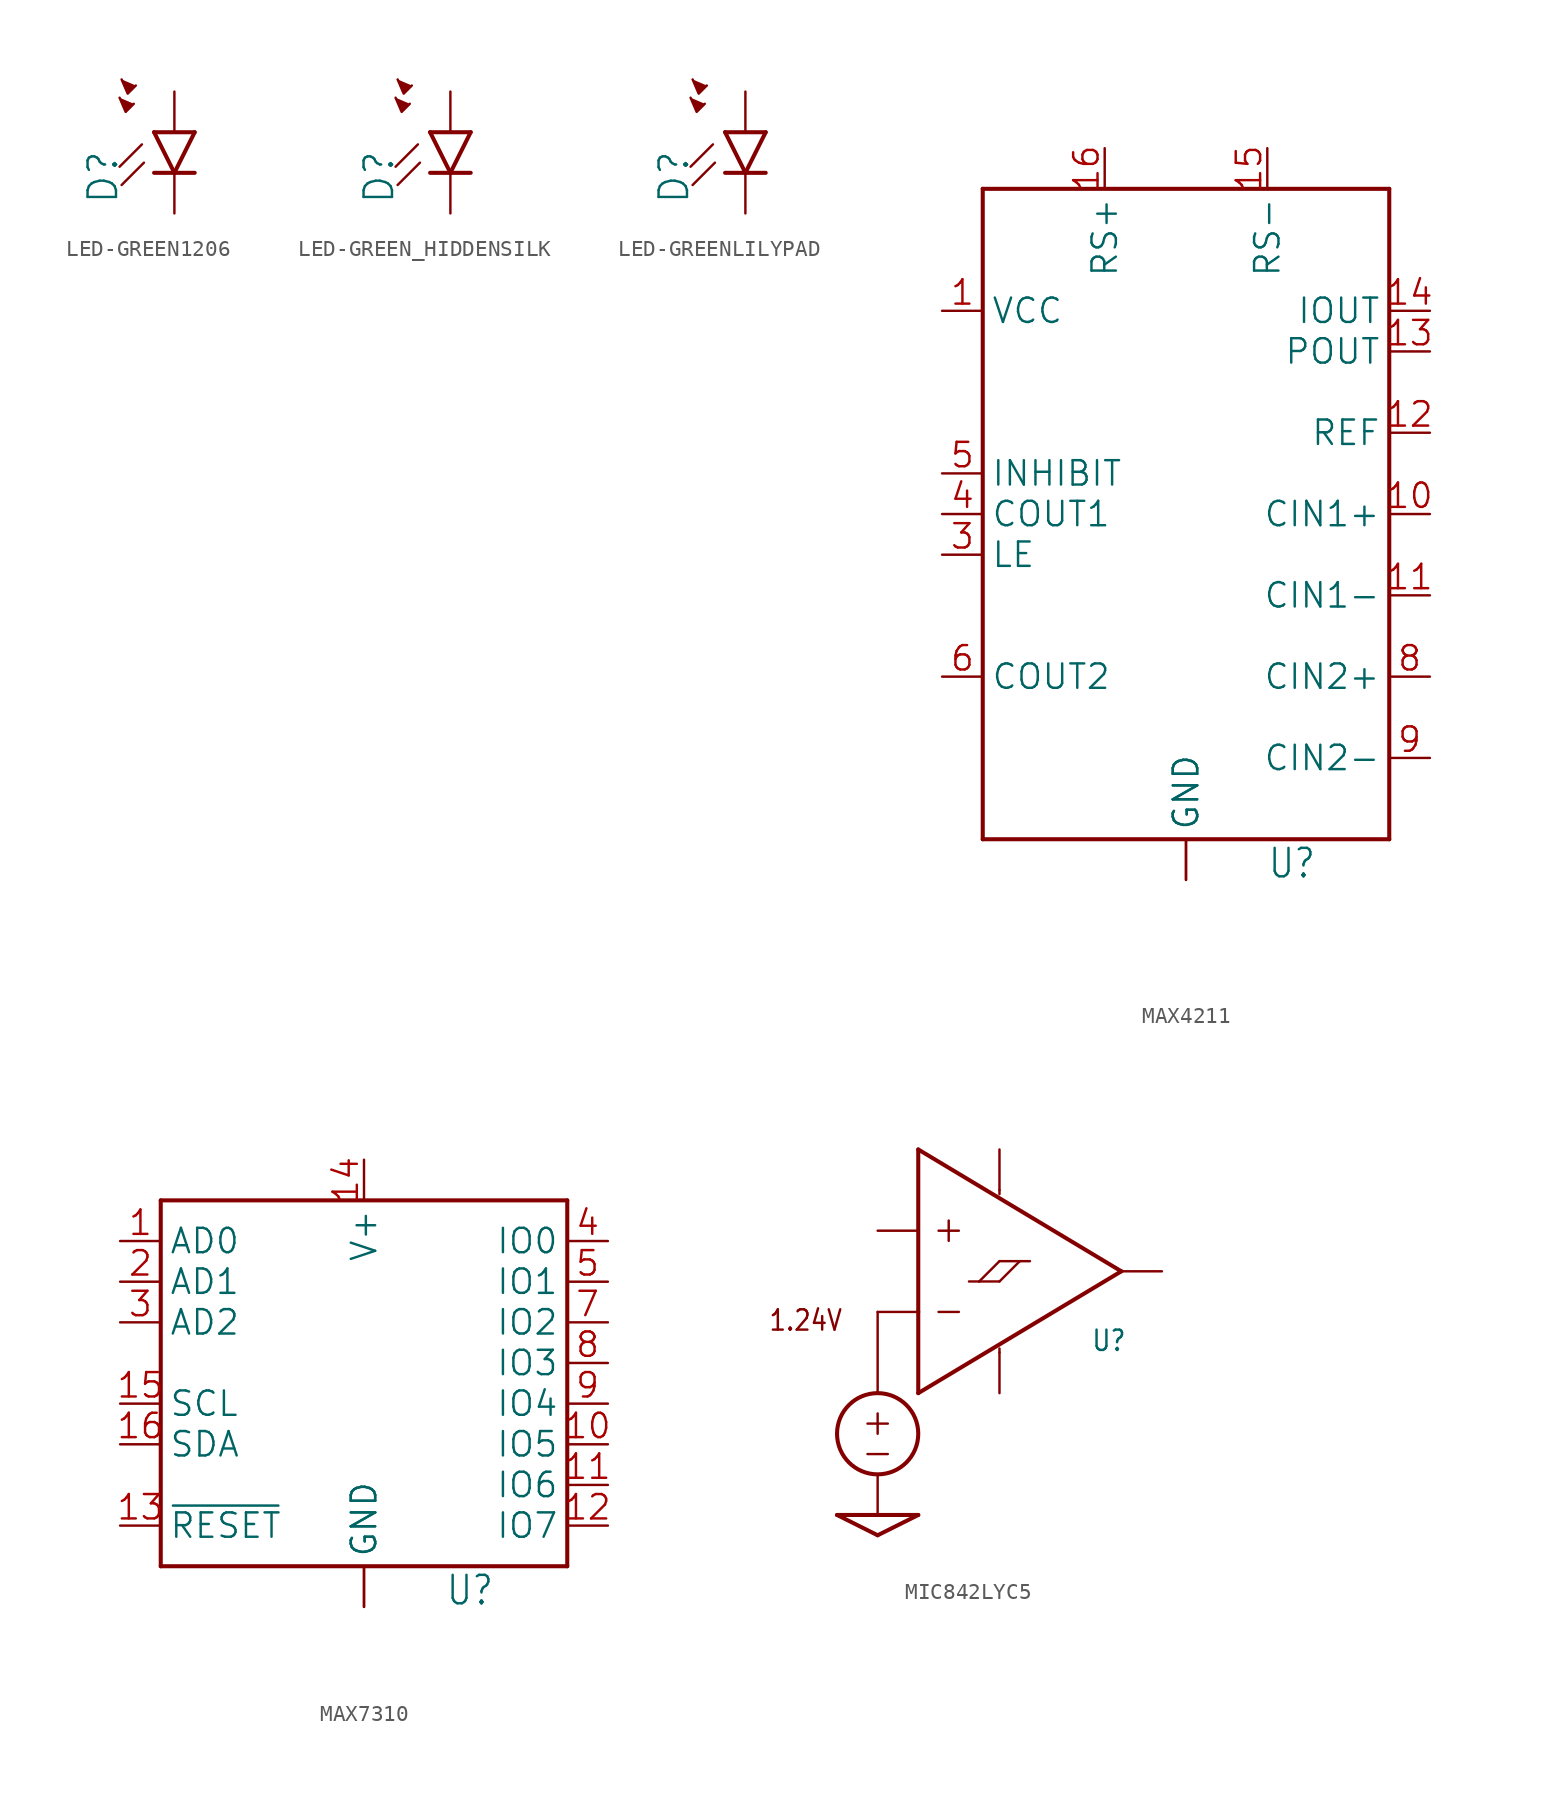
<source format=kicad_sym>
(kicad_symbol_lib
  (version 20241209)
  (generator "kicad_symbol_editor")
  (generator_version "9.0")
  (symbol "LED-GREEN1206"
    (property "Reference" "D"
      (at -3.429 -4.572 90)
      (effects (font (size 1.778 1.778)) (justify left bottom)))
    (property "Value" ""
      (at 1.905 -4.572 90)
      (effects (font (size 1.778 1.778)) (justify left top)))
    (property "ki_locked" ""
      (at 0 0 0)
      (effects (font (size 1.27 1.27))))
    (symbol "LED-GREEN1206_1_0"
      (polyline (pts (xy -3.429 2.159) (xy -3.048 1.27) (xy -2.54 1.778)) (stroke (width 0.152) (type solid)) (fill (type outline)))
      (polyline (pts (xy -3.302 3.302) (xy -2.921 2.413) (xy -2.413 2.921)) (stroke (width 0.152) (type solid)) (fill (type outline)))
      (polyline (pts (xy -2.032 -0.762) (xy -3.429 -2.159)) (stroke (width 0.152) (type solid)) (fill (type none)))
      (polyline (pts (xy -1.905 -1.905) (xy -3.302 -3.302)) (stroke (width 0.152) (type solid)) (fill (type none)))
      (polyline (pts (xy 0 -2.54) (xy -1.27 0)) (stroke (width 0.254) (type solid)) (fill (type none)))
      (polyline (pts (xy 0 -2.54) (xy -1.27 -2.54)) (stroke (width 0.254) (type solid)) (fill (type none)))
      (polyline (pts (xy 1.27 0) (xy -1.27 0)) (stroke (width 0.254) (type solid)) (fill (type none)))
      (polyline (pts (xy 1.27 0) (xy 0 -2.54)) (stroke (width 0.254) (type solid)) (fill (type none)))
      (polyline (pts (xy 1.27 -2.54) (xy 0 -2.54)) (stroke (width 0.254) (type solid)) (fill (type none)))
      (pin passive line (at 0 2.54 270) (length 2.54) (name "A" (effects (font (size 0 0)))) (number "A" (effects (font (size 0 0)))))
      (pin passive line (at 0 -5.08 90) (length 2.54) (name "C" (effects (font (size 0 0)))) (number "C" (effects (font (size 0 0)))))))
  (symbol "LED-GREEN_HIDDENSILK"
    (property "Reference" "D"
      (at -3.429 -4.572 90)
      (effects (font (size 1.778 1.778)) (justify left bottom)))
    (property "Value" ""
      (at 1.905 -4.572 90)
      (effects (font (size 1.778 1.778)) (justify left top)))
    (property "ki_locked" ""
      (at 0 0 0)
      (effects (font (size 1.27 1.27))))
    (symbol "LED-GREEN_HIDDENSILK_1_0"
      (polyline (pts (xy -3.429 2.159) (xy -3.048 1.27) (xy -2.54 1.778)) (stroke (width 0.152) (type solid)) (fill (type outline)))
      (polyline (pts (xy -3.302 3.302) (xy -2.921 2.413) (xy -2.413 2.921)) (stroke (width 0.152) (type solid)) (fill (type outline)))
      (polyline (pts (xy -2.032 -0.762) (xy -3.429 -2.159)) (stroke (width 0.152) (type solid)) (fill (type none)))
      (polyline (pts (xy -1.905 -1.905) (xy -3.302 -3.302)) (stroke (width 0.152) (type solid)) (fill (type none)))
      (polyline (pts (xy 0 -2.54) (xy -1.27 0)) (stroke (width 0.254) (type solid)) (fill (type none)))
      (polyline (pts (xy 0 -2.54) (xy -1.27 -2.54)) (stroke (width 0.254) (type solid)) (fill (type none)))
      (polyline (pts (xy 1.27 0) (xy -1.27 0)) (stroke (width 0.254) (type solid)) (fill (type none)))
      (polyline (pts (xy 1.27 0) (xy 0 -2.54)) (stroke (width 0.254) (type solid)) (fill (type none)))
      (polyline (pts (xy 1.27 -2.54) (xy 0 -2.54)) (stroke (width 0.254) (type solid)) (fill (type none)))
      (pin passive line (at 0 2.54 270) (length 2.54) (name "A" (effects (font (size 0 0)))) (number "A" (effects (font (size 0 0)))))
      (pin passive line (at 0 -5.08 90) (length 2.54) (name "C" (effects (font (size 0 0)))) (number "C" (effects (font (size 0 0)))))))
  (symbol "LED-GREENLILYPAD"
    (property "Reference" "D"
      (at -3.429 -4.572 90)
      (effects (font (size 1.778 1.778)) (justify left bottom)))
    (property "Value" ""
      (at 1.905 -4.572 90)
      (effects (font (size 1.778 1.778)) (justify left top)))
    (property "ki_locked" ""
      (at 0 0 0)
      (effects (font (size 1.27 1.27))))
    (symbol "LED-GREENLILYPAD_1_0"
      (polyline (pts (xy -3.429 2.159) (xy -3.048 1.27) (xy -2.54 1.778)) (stroke (width 0.152) (type solid)) (fill (type outline)))
      (polyline (pts (xy -3.302 3.302) (xy -2.921 2.413) (xy -2.413 2.921)) (stroke (width 0.152) (type solid)) (fill (type outline)))
      (polyline (pts (xy -2.032 -0.762) (xy -3.429 -2.159)) (stroke (width 0.152) (type solid)) (fill (type none)))
      (polyline (pts (xy -1.905 -1.905) (xy -3.302 -3.302)) (stroke (width 0.152) (type solid)) (fill (type none)))
      (polyline (pts (xy 0 -2.54) (xy -1.27 0)) (stroke (width 0.254) (type solid)) (fill (type none)))
      (polyline (pts (xy 0 -2.54) (xy -1.27 -2.54)) (stroke (width 0.254) (type solid)) (fill (type none)))
      (polyline (pts (xy 1.27 0) (xy -1.27 0)) (stroke (width 0.254) (type solid)) (fill (type none)))
      (polyline (pts (xy 1.27 0) (xy 0 -2.54)) (stroke (width 0.254) (type solid)) (fill (type none)))
      (polyline (pts (xy 1.27 -2.54) (xy 0 -2.54)) (stroke (width 0.254) (type solid)) (fill (type none)))
      (pin passive line (at 0 2.54 270) (length 2.54) (name "A" (effects (font (size 0 0)))) (number "A" (effects (font (size 0 0)))))
      (pin passive line (at 0 -5.08 90) (length 2.54) (name "C" (effects (font (size 0 0)))) (number "C" (effects (font (size 0 0)))))))
  (symbol "MAX4211"
    (property "Reference" "U"
      (at 5.08 -25.4 0)
      (effects (font (size 1.778 1.511)) (justify left bottom)))
    (property "Value" ""
      (at 5.08 -27.94 0)
      (effects (font (size 1.778 1.511)) (justify left bottom)))
    (property "ki_locked" ""
      (at 0 0 0)
      (effects (font (size 1.27 1.27))))
    (symbol "MAX4211_1_0"
      (polyline (pts (xy -12.7 17.78) (xy 12.7 17.78)) (stroke (width 0.254) (type solid)) (fill (type none)))
      (polyline (pts (xy -12.7 -22.86) (xy -12.7 17.78)) (stroke (width 0.254) (type solid)) (fill (type none)))
      (polyline (pts (xy 12.7 17.78) (xy 12.7 -22.86)) (stroke (width 0.254) (type solid)) (fill (type none)))
      (polyline (pts (xy 12.7 -22.86) (xy -12.7 -22.86)) (stroke (width 0.254) (type solid)) (fill (type none)))
      (pin power_in line (at -15.24 10.16 0) (length 2.54) (name "VCC" (effects (font (size 1.524 1.524)))) (number "1" (effects (font (size 1.524 1.524)))))
      (pin input line (at -15.24 0 0) (length 2.54) (name "INHIBIT" (effects (font (size 1.524 1.524)))) (number "5" (effects (font (size 1.524 1.524)))))
      (pin open_collector line (at -15.24 -2.54 0) (length 2.54) (name "COUT1" (effects (font (size 1.524 1.524)))) (number "4" (effects (font (size 1.524 1.524)))))
      (pin input line (at -15.24 -5.08 0) (length 2.54) (name "LE" (effects (font (size 1.524 1.524)))) (number "3" (effects (font (size 1.524 1.524)))))
      (pin open_collector line (at -15.24 -12.7 0) (length 2.54) (name "COUT2" (effects (font (size 1.524 1.524)))) (number "6" (effects (font (size 1.524 1.524)))))
      (pin passive line (at -5.08 20.32 270) (length 2.54) (name "RS+" (effects (font (size 1.524 1.524)))) (number "16" (effects (font (size 1.524 1.524)))))
      (pin power_in line (at 0 -25.4 90) (length 2.54) (name "GND" (effects (font (size 1.524 1.524)))) (number "7" (effects (font (size 0 0)))))
      (pin power_in line (at 0 -25.4 90) (length 2.54) (name "GND" (effects (font (size 1.524 1.524)))) (number "EPAD" (effects (font (size 0 0)))))
      (pin passive line (at 5.08 20.32 270) (length 2.54) (name "RS-" (effects (font (size 1.524 1.524)))) (number "15" (effects (font (size 1.524 1.524)))))
      (pin output line (at 15.24 10.16 180) (length 2.54) (name "IOUT" (effects (font (size 1.524 1.524)))) (number "14" (effects (font (size 1.524 1.524)))))
      (pin output line (at 15.24 7.62 180) (length 2.54) (name "POUT" (effects (font (size 1.524 1.524)))) (number "13" (effects (font (size 1.524 1.524)))))
      (pin output line (at 15.24 2.54 180) (length 2.54) (name "REF" (effects (font (size 1.524 1.524)))) (number "12" (effects (font (size 1.524 1.524)))))
      (pin input line (at 15.24 -2.54 180) (length 2.54) (name "CIN1+" (effects (font (size 1.524 1.524)))) (number "10" (effects (font (size 1.524 1.524)))))
      (pin input line (at 15.24 -7.62 180) (length 2.54) (name "CIN1-" (effects (font (size 1.524 1.524)))) (number "11" (effects (font (size 1.524 1.524)))))
      (pin input line (at 15.24 -12.7 180) (length 2.54) (name "CIN2+" (effects (font (size 1.524 1.524)))) (number "8" (effects (font (size 1.524 1.524)))))
      (pin input line (at 15.24 -17.78 180) (length 2.54) (name "CIN2-" (effects (font (size 1.524 1.524)))) (number "9" (effects (font (size 1.524 1.524)))))))
  (symbol "MAX7310"
    (property "Reference" "U"
      (at 5.08 -15.24 0)
      (effects (font (size 1.778 1.511)) (justify left bottom)))
    (property "Value" ""
      (at 5.08 -17.78 0)
      (effects (font (size 1.778 1.511)) (justify left bottom)))
    (property "ki_locked" ""
      (at 0 0 0)
      (effects (font (size 1.27 1.27))))
    (symbol "MAX7310_1_0"
      (polyline (pts (xy -12.7 10.16) (xy -12.7 -12.7)) (stroke (width 0.254) (type solid)) (fill (type none)))
      (polyline (pts (xy -12.7 -12.7) (xy 12.7 -12.7)) (stroke (width 0.254) (type solid)) (fill (type none)))
      (polyline (pts (xy 12.7 10.16) (xy -12.7 10.16)) (stroke (width 0.254) (type solid)) (fill (type none)))
      (polyline (pts (xy 12.7 -12.7) (xy 12.7 10.16)) (stroke (width 0.254) (type solid)) (fill (type none)))
      (pin input line (at -15.24 7.62 0) (length 2.54) (name "AD0" (effects (font (size 1.524 1.524)))) (number "1" (effects (font (size 1.524 1.524)))))
      (pin input line (at -15.24 5.08 0) (length 2.54) (name "AD1" (effects (font (size 1.524 1.524)))) (number "2" (effects (font (size 1.524 1.524)))))
      (pin input line (at -15.24 2.54 0) (length 2.54) (name "AD2" (effects (font (size 1.524 1.524)))) (number "3" (effects (font (size 1.524 1.524)))))
      (pin input line (at -15.24 -2.54 0) (length 2.54) (name "SCL" (effects (font (size 1.524 1.524)))) (number "15" (effects (font (size 1.524 1.524)))))
      (pin bidirectional line (at -15.24 -5.08 0) (length 2.54) (name "SDA" (effects (font (size 1.524 1.524)))) (number "16" (effects (font (size 1.524 1.524)))))
      (pin input line (at -15.24 -10.16 0) (length 2.54) (name "~{RESET}" (effects (font (size 1.524 1.524)))) (number "13" (effects (font (size 1.524 1.524)))))
      (pin power_in line (at 0 12.7 270) (length 2.54) (name "V+" (effects (font (size 1.524 1.524)))) (number "14" (effects (font (size 1.524 1.524)))))
      (pin power_in line (at 0 -15.24 90) (length 2.54) (name "GND" (effects (font (size 1.524 1.524)))) (number "6" (effects (font (size 0 0)))))
      (pin power_in line (at 0 -15.24 90) (length 2.54) (name "GND" (effects (font (size 1.524 1.524)))) (number "EPAD" (effects (font (size 0 0)))))
      (pin bidirectional line (at 15.24 7.62 180) (length 2.54) (name "IO0" (effects (font (size 1.524 1.524)))) (number "4" (effects (font (size 1.524 1.524)))))
      (pin bidirectional line (at 15.24 5.08 180) (length 2.54) (name "IO1" (effects (font (size 1.524 1.524)))) (number "5" (effects (font (size 1.524 1.524)))))
      (pin bidirectional line (at 15.24 2.54 180) (length 2.54) (name "IO2" (effects (font (size 1.524 1.524)))) (number "7" (effects (font (size 1.524 1.524)))))
      (pin bidirectional line (at 15.24 0 180) (length 2.54) (name "IO3" (effects (font (size 1.524 1.524)))) (number "8" (effects (font (size 1.524 1.524)))))
      (pin bidirectional line (at 15.24 -2.54 180) (length 2.54) (name "IO4" (effects (font (size 1.524 1.524)))) (number "9" (effects (font (size 1.524 1.524)))))
      (pin bidirectional line (at 15.24 -5.08 180) (length 2.54) (name "IO5" (effects (font (size 1.524 1.524)))) (number "10" (effects (font (size 1.524 1.524)))))
      (pin bidirectional line (at 15.24 -7.62 180) (length 2.54) (name "IO6" (effects (font (size 1.524 1.524)))) (number "11" (effects (font (size 1.524 1.524)))))
      (pin bidirectional line (at 15.24 -10.16 180) (length 2.54) (name "IO7" (effects (font (size 1.524 1.524)))) (number "12" (effects (font (size 1.524 1.524)))))))
  (symbol "MIC842LYC5"
    (property "Reference" "U"
      (at 5.715 -5.08 0)
      (effects (font (size 1.27 1.079)) (justify left bottom)))
    (property "Value" ""
      (at 5.715 -6.35 0)
      (effects (font (size 1.27 1.079)) (justify left bottom)))
    (property "ki_locked" ""
      (at 0 0 0)
      (effects (font (size 1.27 1.27))))
    (symbol "MIC842LYC5_1_0"
      (polyline (pts (xy -8.255 -9.525) (xy -6.985 -9.525)) (stroke (width 0.152) (type solid)) (fill (type none)))
      (polyline (pts (xy -8.255 -11.43) (xy -6.985 -11.43)) (stroke (width 0.152) (type solid)) (fill (type none)))
      (polyline (pts (xy -7.62 -2.54) (xy -7.62 -7.62)) (stroke (width 0.152) (type solid)) (fill (type none)))
      (polyline (pts (xy -7.62 -8.89) (xy -7.62 -10.16)) (stroke (width 0.152) (type solid)) (fill (type none)))
      (circle (center -7.62 -10.16) (radius 2.54) (stroke (width 0.254) (type solid)) (fill (type none)))
      (polyline (pts (xy -7.62 -12.7) (xy -7.62 -15.24)) (stroke (width 0.152) (type solid)) (fill (type none)))
      (polyline (pts (xy -7.62 -15.24) (xy -10.16 -15.24)) (stroke (width 0.254) (type solid)) (fill (type none)))
      (polyline (pts (xy -7.62 -15.24) (xy -5.08 -15.24)) (stroke (width 0.254) (type solid)) (fill (type none)))
      (polyline (pts (xy -7.62 -16.51) (xy -10.16 -15.24)) (stroke (width 0.254) (type solid)) (fill (type none)))
      (polyline (pts (xy -5.08 7.62) (xy -5.08 -2.54)) (stroke (width 0.254) (type solid)) (fill (type none)))
      (polyline (pts (xy -5.08 -2.54) (xy -7.62 -2.54)) (stroke (width 0.152) (type solid)) (fill (type none)))
      (polyline (pts (xy -5.08 -2.54) (xy -5.08 -7.62)) (stroke (width 0.254) (type solid)) (fill (type none)))
      (polyline (pts (xy -5.08 -7.62) (xy 7.62 0)) (stroke (width 0.254) (type solid)) (fill (type none)))
      (polyline (pts (xy -5.08 -15.24) (xy -7.62 -16.51)) (stroke (width 0.254) (type solid)) (fill (type none)))
      (polyline (pts (xy -3.81 2.54) (xy -2.54 2.54)) (stroke (width 0.152) (type solid)) (fill (type none)))
      (polyline (pts (xy -3.81 -2.54) (xy -2.54 -2.54)) (stroke (width 0.152) (type solid)) (fill (type none)))
      (polyline (pts (xy -3.175 3.175) (xy -3.175 1.905)) (stroke (width 0.152) (type solid)) (fill (type none)))
      (polyline (pts (xy -1.905 -0.635) (xy -1.27 -0.635)) (stroke (width 0.152) (type solid)) (fill (type none)))
      (polyline (pts (xy -1.27 -0.635) (xy 0 -0.635)) (stroke (width 0.152) (type solid)) (fill (type none)))
      (polyline (pts (xy 0 5.08) (xy 0 4.826)) (stroke (width 0.152) (type solid)) (fill (type none)))
      (polyline (pts (xy 0 0.635) (xy -1.27 -0.635)) (stroke (width 0.152) (type solid)) (fill (type none)))
      (polyline (pts (xy 0 -0.635) (xy 1.27 0.635)) (stroke (width 0.152) (type solid)) (fill (type none)))
      (polyline (pts (xy 0 -5.08) (xy 0 -4.826)) (stroke (width 0.152) (type solid)) (fill (type none)))
      (polyline (pts (xy 1.27 0.635) (xy 0 0.635)) (stroke (width 0.152) (type solid)) (fill (type none)))
      (polyline (pts (xy 1.27 0.635) (xy 1.905 0.635)) (stroke (width 0.152) (type solid)) (fill (type none)))
      (polyline (pts (xy 7.62 0) (xy -5.08 7.62)) (stroke (width 0.254) (type solid)) (fill (type none)))
      (text "1.24V" (at -14.478 -3.81 0) (effects (font (size 1.27 1.079)) (justify left bottom)))
      (pin input line (at -7.62 2.54 0) (length 2.54) (name "INP" (effects (font (size 0 0)))) (number "1" (effects (font (size 0 0)))))
      (pin power_in line (at 0 7.62 270) (length 2.54) (name "VDD" (effects (font (size 0 0)))) (number "5" (effects (font (size 0 0)))))
      (pin power_in line (at 0 -7.62 90) (length 2.54) (name "GND" (effects (font (size 0 0)))) (number "2" (effects (font (size 0 0)))))
      (pin output line (at 10.16 0 180) (length 2.54) (name "OUT" (effects (font (size 0 0)))) (number "4" (effects (font (size 0 0))))))))
</source>
